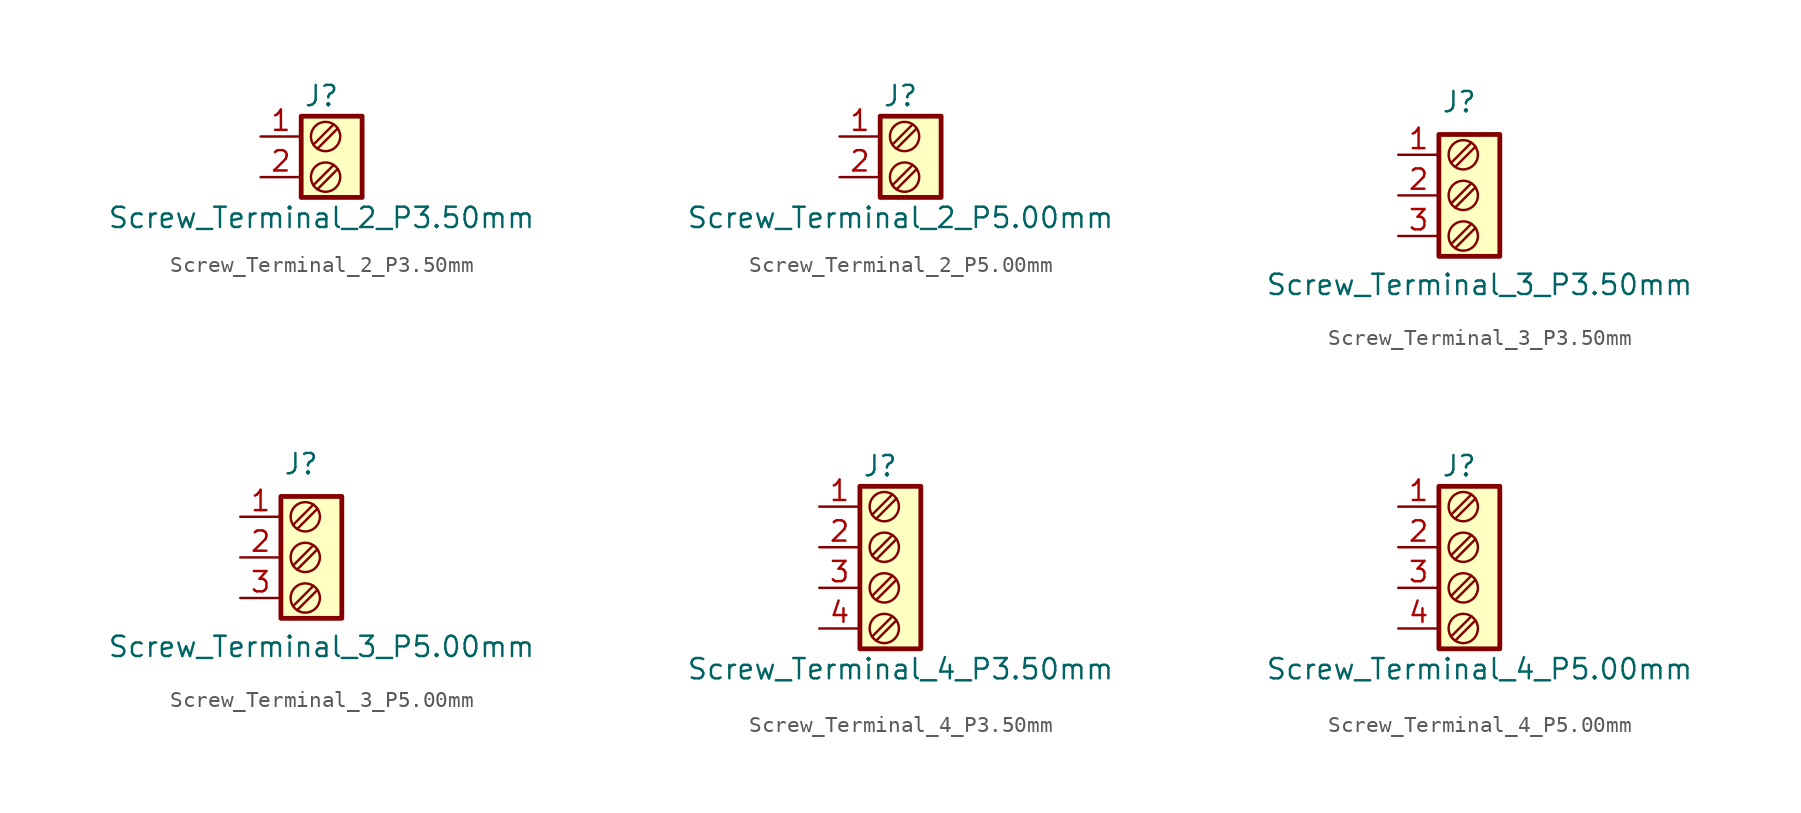
<source format=kicad_sym>
(kicad_symbol_lib
  (version 20220914)
  (generator kicad_symbol_editor)
  (symbol "Screw_Terminal_2_P3.50mm"
    (property "Reference" "J"
      (at 0 3.81 0)
      (effects (font (size 1.27 1.27))))
    (property "Value" "Screw_Terminal_2_P3.50mm"
      (at 0 -3.81 0)
      (effects (font (size 1.27 1.27))))
    (symbol "Screw_Terminal_2_P3.50mm_0_1"
      (rectangle (start -1.27 2.54) (end 2.54 -2.54) (stroke (width 0.3) (type default)) (fill (type background)))
      (polyline (pts (xy -0.254 -2.032) (xy 1.016 -0.762)) (stroke (width 0) (type default)) (fill (type none)))
      (polyline (pts (xy -0.254 0.508) (xy 1.016 1.778)) (stroke (width 0) (type default)) (fill (type none)))
      (polyline (pts (xy 0 -1.27) (xy -0.508 -1.778) (xy 0.762 -0.508)) (stroke (width 0) (type default)) (fill (type none)))
      (polyline (pts (xy 0 1.27) (xy -0.508 0.762) (xy 0.762 2.032)) (stroke (width 0) (type default)) (fill (type none)))
      (circle (center 0.254 -1.27) (radius 0.916) (stroke (width 0) (type default)) (fill (type none)))
      (circle (center 0.254 1.27) (radius 0.916) (stroke (width 0) (type default)) (fill (type none))))
    (symbol "Screw_Terminal_2_P3.50mm_1_1"
      (pin passive line (at -3.81 1.27 0) (length 2.54) (name "" (effects (font (size 1.27 1.27)))) (number "1" (effects (font (size 1.27 1.27)))))
      (pin passive line (at -3.81 -1.27 0) (length 2.54) (name "" (effects (font (size 1.27 1.27)))) (number "2" (effects (font (size 1.27 1.27)))))))
  (symbol "Screw_Terminal_2_P5.00mm"
    (property "Reference" "J"
      (at 0 3.81 0)
      (effects (font (size 1.27 1.27))))
    (property "Value" "Screw_Terminal_2_P5.00mm"
      (at 0 -3.81 0)
      (effects (font (size 1.27 1.27))))
    (symbol "Screw_Terminal_2_P5.00mm_0_1"
      (rectangle (start -1.27 2.54) (end 2.54 -2.54) (stroke (width 0.3) (type default)) (fill (type background)))
      (polyline (pts (xy -0.254 -2.032) (xy 1.016 -0.762)) (stroke (width 0) (type default)) (fill (type none)))
      (polyline (pts (xy -0.254 0.508) (xy 1.016 1.778)) (stroke (width 0) (type default)) (fill (type none)))
      (polyline (pts (xy 0 -1.27) (xy -0.508 -1.778) (xy 0.762 -0.508)) (stroke (width 0) (type default)) (fill (type none)))
      (polyline (pts (xy 0 1.27) (xy -0.508 0.762) (xy 0.762 2.032)) (stroke (width 0) (type default)) (fill (type none)))
      (circle (center 0.254 -1.27) (radius 0.916) (stroke (width 0) (type default)) (fill (type none)))
      (circle (center 0.254 1.27) (radius 0.916) (stroke (width 0) (type default)) (fill (type none))))
    (symbol "Screw_Terminal_2_P5.00mm_1_1"
      (pin passive line (at -3.81 1.27 0) (length 2.54) (name "" (effects (font (size 1.27 1.27)))) (number "1" (effects (font (size 1.27 1.27)))))
      (pin passive line (at -3.81 -1.27 0) (length 2.54) (name "" (effects (font (size 1.27 1.27)))) (number "2" (effects (font (size 1.27 1.27)))))))
  (symbol "Screw_Terminal_3_P3.50mm"
    (property "Reference" "J"
      (at 0 5.842 0)
      (effects (font (size 1.27 1.27))))
    (property "Value" "Screw_Terminal_3_P3.50mm"
      (at 1.27 -5.588 0)
      (effects (font (size 1.27 1.27))))
    (symbol "Screw_Terminal_3_P3.50mm_0_1"
      (rectangle (start -1.27 3.81) (end 2.54 -3.81) (stroke (width 0.3) (type default)) (fill (type background)))
      (polyline (pts (xy -0.254 -3.302) (xy 1.016 -2.032)) (stroke (width 0) (type default)) (fill (type none)))
      (polyline (pts (xy -0.254 -0.762) (xy 1.016 0.508)) (stroke (width 0) (type default)) (fill (type none)))
      (polyline (pts (xy -0.254 1.778) (xy 1.016 3.048)) (stroke (width 0) (type default)) (fill (type none)))
      (polyline (pts (xy 0 -2.54) (xy -0.508 -3.048) (xy 0.762 -1.778)) (stroke (width 0) (type default)) (fill (type none)))
      (polyline (pts (xy 0 0) (xy -0.508 -0.508) (xy 0.762 0.762)) (stroke (width 0) (type default)) (fill (type none)))
      (polyline (pts (xy 0 2.54) (xy -0.508 2.032) (xy 0.762 3.302)) (stroke (width 0) (type default)) (fill (type none)))
      (circle (center 0.254 -2.54) (radius 0.916) (stroke (width 0) (type default)) (fill (type none)))
      (circle (center 0.254 0) (radius 0.916) (stroke (width 0) (type default)) (fill (type none)))
      (circle (center 0.254 2.54) (radius 0.916) (stroke (width 0) (type default)) (fill (type none))))
    (symbol "Screw_Terminal_3_P3.50mm_1_1"
      (pin passive line (at -3.81 2.54 0) (length 2.54) (name "" (effects (font (size 1.27 1.27)))) (number "1" (effects (font (size 1.27 1.27)))))
      (pin passive line (at -3.81 0 0) (length 2.54) (name "" (effects (font (size 1.27 1.27)))) (number "2" (effects (font (size 1.27 1.27)))))
      (pin passive line (at -3.81 -2.54 0) (length 2.54) (name "" (effects (font (size 1.27 1.27)))) (number "3" (effects (font (size 1.27 1.27)))))))
  (symbol "Screw_Terminal_3_P5.00mm"
    (property "Reference" "J"
      (at 0 5.842 0)
      (effects (font (size 1.27 1.27))))
    (property "Value" "Screw_Terminal_3_P5.00mm"
      (at 1.27 -5.588 0)
      (effects (font (size 1.27 1.27))))
    (symbol "Screw_Terminal_3_P5.00mm_0_1"
      (rectangle (start -1.27 3.81) (end 2.54 -3.81) (stroke (width 0.3) (type default)) (fill (type background)))
      (polyline (pts (xy -0.254 -3.302) (xy 1.016 -2.032)) (stroke (width 0) (type default)) (fill (type none)))
      (polyline (pts (xy -0.254 -0.762) (xy 1.016 0.508)) (stroke (width 0) (type default)) (fill (type none)))
      (polyline (pts (xy -0.254 1.778) (xy 1.016 3.048)) (stroke (width 0) (type default)) (fill (type none)))
      (polyline (pts (xy 0 -2.54) (xy -0.508 -3.048) (xy 0.762 -1.778)) (stroke (width 0) (type default)) (fill (type none)))
      (polyline (pts (xy 0 0) (xy -0.508 -0.508) (xy 0.762 0.762)) (stroke (width 0) (type default)) (fill (type none)))
      (polyline (pts (xy 0 2.54) (xy -0.508 2.032) (xy 0.762 3.302)) (stroke (width 0) (type default)) (fill (type none)))
      (circle (center 0.254 -2.54) (radius 0.916) (stroke (width 0) (type default)) (fill (type none)))
      (circle (center 0.254 0) (radius 0.916) (stroke (width 0) (type default)) (fill (type none)))
      (circle (center 0.254 2.54) (radius 0.916) (stroke (width 0) (type default)) (fill (type none))))
    (symbol "Screw_Terminal_3_P5.00mm_1_1"
      (pin passive line (at -3.81 2.54 0) (length 2.54) (name "" (effects (font (size 1.27 1.27)))) (number "1" (effects (font (size 1.27 1.27)))))
      (pin passive line (at -3.81 0 0) (length 2.54) (name "" (effects (font (size 1.27 1.27)))) (number "2" (effects (font (size 1.27 1.27)))))
      (pin passive line (at -3.81 -2.54 0) (length 2.54) (name "" (effects (font (size 1.27 1.27)))) (number "3" (effects (font (size 1.27 1.27)))))))
  (symbol "Screw_Terminal_4_P3.50mm"
    (property "Reference" "J"
      (at 0 6.35 0)
      (effects (font (size 1.27 1.27))))
    (property "Value" "Screw_Terminal_4_P3.50mm"
      (at 1.27 -6.35 0)
      (effects (font (size 1.27 1.27))))
    (symbol "Screw_Terminal_4_P3.50mm_0_1"
      (rectangle (start -1.27 5.08) (end 2.54 -5.08) (stroke (width 0.3) (type default)) (fill (type background)))
      (polyline (pts (xy -0.254 -4.572) (xy 1.016 -3.302)) (stroke (width 0) (type default)) (fill (type none)))
      (polyline (pts (xy -0.254 -2.032) (xy 1.016 -0.762)) (stroke (width 0) (type default)) (fill (type none)))
      (polyline (pts (xy -0.254 0.508) (xy 1.016 1.778)) (stroke (width 0) (type default)) (fill (type none)))
      (polyline (pts (xy -0.254 3.048) (xy 1.016 4.318)) (stroke (width 0) (type default)) (fill (type none)))
      (polyline (pts (xy 0 -3.81) (xy -0.508 -4.318) (xy 0.762 -3.048)) (stroke (width 0) (type default)) (fill (type none)))
      (polyline (pts (xy 0 -1.27) (xy -0.508 -1.778) (xy 0.762 -0.508)) (stroke (width 0) (type default)) (fill (type none)))
      (polyline (pts (xy 0 1.27) (xy -0.508 0.762) (xy 0.762 2.032)) (stroke (width 0) (type default)) (fill (type none)))
      (polyline (pts (xy 0 3.81) (xy -0.508 3.302) (xy 0.762 4.572)) (stroke (width 0) (type default)) (fill (type none)))
      (circle (center 0.254 -3.81) (radius 0.916) (stroke (width 0) (type default)) (fill (type none)))
      (circle (center 0.254 -1.27) (radius 0.916) (stroke (width 0) (type default)) (fill (type none)))
      (circle (center 0.254 1.27) (radius 0.916) (stroke (width 0) (type default)) (fill (type none)))
      (circle (center 0.254 3.81) (radius 0.916) (stroke (width 0) (type default)) (fill (type none))))
    (symbol "Screw_Terminal_4_P3.50mm_1_1"
      (pin passive line (at -3.81 3.81 0) (length 2.54) (name "" (effects (font (size 1.27 1.27)))) (number "1" (effects (font (size 1.27 1.27)))))
      (pin passive line (at -3.81 1.27 0) (length 2.54) (name "" (effects (font (size 1.27 1.27)))) (number "2" (effects (font (size 1.27 1.27)))))
      (pin passive line (at -3.81 -1.27 0) (length 2.54) (name "" (effects (font (size 1.27 1.27)))) (number "3" (effects (font (size 1.27 1.27)))))
      (pin passive line (at -3.81 -3.81 0) (length 2.54) (name "" (effects (font (size 1.27 1.27)))) (number "4" (effects (font (size 1.27 1.27)))))))
  (symbol "Screw_Terminal_4_P5.00mm"
    (property "Reference" "J"
      (at 0 6.35 0)
      (effects (font (size 1.27 1.27))))
    (property "Value" "Screw_Terminal_4_P5.00mm"
      (at 1.27 -6.35 0)
      (effects (font (size 1.27 1.27))))
    (symbol "Screw_Terminal_4_P5.00mm_0_1"
      (rectangle (start -1.27 5.08) (end 2.54 -5.08) (stroke (width 0.3) (type default)) (fill (type background)))
      (polyline (pts (xy -0.254 -4.572) (xy 1.016 -3.302)) (stroke (width 0) (type default)) (fill (type none)))
      (polyline (pts (xy -0.254 -2.032) (xy 1.016 -0.762)) (stroke (width 0) (type default)) (fill (type none)))
      (polyline (pts (xy -0.254 0.508) (xy 1.016 1.778)) (stroke (width 0) (type default)) (fill (type none)))
      (polyline (pts (xy -0.254 3.048) (xy 1.016 4.318)) (stroke (width 0) (type default)) (fill (type none)))
      (polyline (pts (xy 0 -3.81) (xy -0.508 -4.318) (xy 0.762 -3.048)) (stroke (width 0) (type default)) (fill (type none)))
      (polyline (pts (xy 0 -1.27) (xy -0.508 -1.778) (xy 0.762 -0.508)) (stroke (width 0) (type default)) (fill (type none)))
      (polyline (pts (xy 0 1.27) (xy -0.508 0.762) (xy 0.762 2.032)) (stroke (width 0) (type default)) (fill (type none)))
      (polyline (pts (xy 0 3.81) (xy -0.508 3.302) (xy 0.762 4.572)) (stroke (width 0) (type default)) (fill (type none)))
      (circle (center 0.254 -3.81) (radius 0.916) (stroke (width 0) (type default)) (fill (type none)))
      (circle (center 0.254 -1.27) (radius 0.916) (stroke (width 0) (type default)) (fill (type none)))
      (circle (center 0.254 1.27) (radius 0.916) (stroke (width 0) (type default)) (fill (type none)))
      (circle (center 0.254 3.81) (radius 0.916) (stroke (width 0) (type default)) (fill (type none))))
    (symbol "Screw_Terminal_4_P5.00mm_1_1"
      (pin passive line (at -3.81 3.81 0) (length 2.54) (name "" (effects (font (size 1.27 1.27)))) (number "1" (effects (font (size 1.27 1.27)))))
      (pin passive line (at -3.81 1.27 0) (length 2.54) (name "" (effects (font (size 1.27 1.27)))) (number "2" (effects (font (size 1.27 1.27)))))
      (pin passive line (at -3.81 -1.27 0) (length 2.54) (name "" (effects (font (size 1.27 1.27)))) (number "3" (effects (font (size 1.27 1.27)))))
      (pin passive line (at -3.81 -3.81 0) (length 2.54) (name "" (effects (font (size 1.27 1.27)))) (number "4" (effects (font (size 1.27 1.27))))))))
</source>
